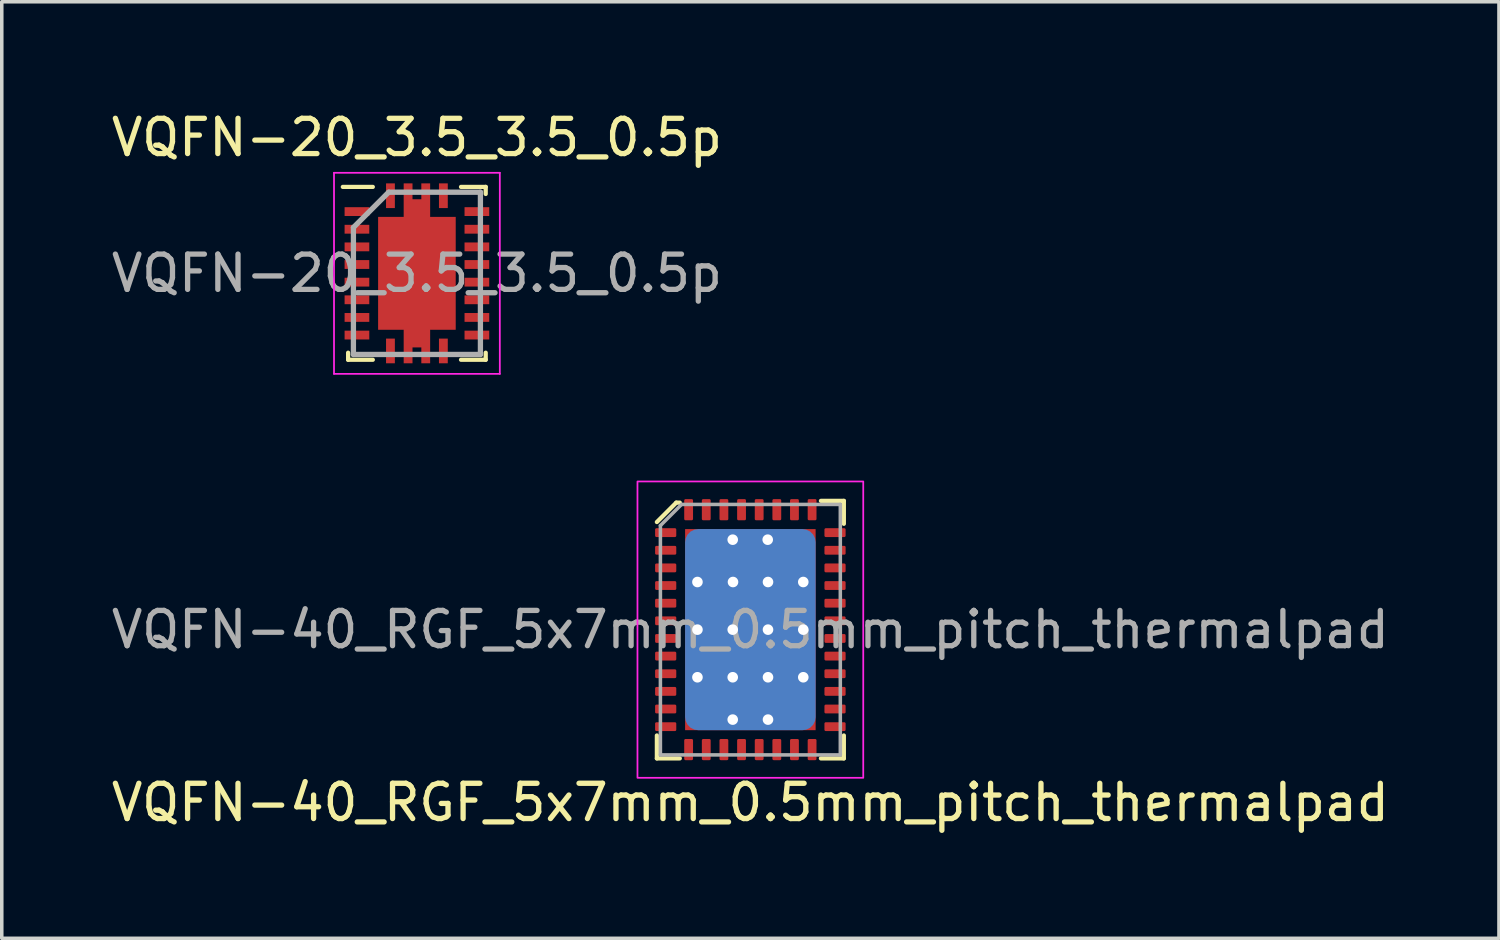
<source format=kicad_pcb>
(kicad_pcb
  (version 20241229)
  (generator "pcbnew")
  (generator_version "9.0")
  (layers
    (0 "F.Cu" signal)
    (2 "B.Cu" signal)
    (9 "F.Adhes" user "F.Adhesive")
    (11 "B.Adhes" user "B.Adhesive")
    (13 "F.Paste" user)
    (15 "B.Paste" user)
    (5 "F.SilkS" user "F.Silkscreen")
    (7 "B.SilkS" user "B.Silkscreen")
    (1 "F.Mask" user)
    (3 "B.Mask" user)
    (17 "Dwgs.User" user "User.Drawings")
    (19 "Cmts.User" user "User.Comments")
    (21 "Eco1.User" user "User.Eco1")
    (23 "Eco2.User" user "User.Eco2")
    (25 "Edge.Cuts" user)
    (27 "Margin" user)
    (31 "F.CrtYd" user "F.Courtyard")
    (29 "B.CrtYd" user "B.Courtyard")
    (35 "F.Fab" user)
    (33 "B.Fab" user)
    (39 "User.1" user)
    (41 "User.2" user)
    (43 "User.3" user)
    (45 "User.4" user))
  (footprint "VQFN-20_3.5_3.5_0.5p"
    (layer "F.Cu")
    (at 8.768 4.698)
    (property "Reference" "VQFN-20_3.5_3.5_0.5p" (at 0 -3.85 0) (unlocked yes) (layer "F.SilkS") (effects (font (size 1 1) (thickness 0.15))))
    (attr smd)
    (fp_line (start -1.95 2.45) (end -1.95 2.25) (stroke (width 0.12) (type default)) (layer "F.SilkS"))
    (fp_line (start -1.25 -2.45) (end -2.1 -2.45) (stroke (width 0.12) (type default)) (layer "F.SilkS"))
    (fp_line (start -1.25 2.45) (end -1.95 2.45) (stroke (width 0.12) (type default)) (layer "F.SilkS"))
    (fp_line (start 1.25 -2.45) (end 1.95 -2.45) (stroke (width 0.12) (type default)) (layer "F.SilkS"))
    (fp_line (start 1.25 2.45) (end 1.95 2.45) (stroke (width 0.12) (type default)) (layer "F.SilkS"))
    (fp_line (start 1.95 -2.45) (end 1.95 -2.25) (stroke (width 0.12) (type default)) (layer "F.SilkS"))
    (fp_line (start 1.95 2.45) (end 1.95 2.25) (stroke (width 0.12) (type default)) (layer "F.SilkS"))
    (fp_rect (start -0.9 -1.4) (end -0.2 -0.2) (stroke (width 0.1) (type solid)) (fill yes) (layer "F.Paste"))
    (fp_rect (start -0.9 0.2) (end -0.2 1.4) (stroke (width 0.1) (type solid)) (fill yes) (layer "F.Paste"))
    (fp_rect (start -0.375 -2.55) (end -0.125 -1.6) (stroke (width 0) (type solid)) (fill yes) (layer "F.Paste"))
    (fp_rect (start -0.375 1.6) (end -0.125 2.55) (stroke (width 0) (type solid)) (fill yes) (layer "F.Paste"))
    (fp_rect (start 0.125 -2.55) (end 0.375 -1.6) (stroke (width 0) (type solid)) (fill yes) (layer "F.Paste"))
    (fp_rect (start 0.125 1.6) (end 0.375 2.55) (stroke (width 0) (type solid)) (fill yes) (layer "F.Paste"))
    (fp_rect (start 0.2 -1.4) (end 0.9 -0.2) (stroke (width 0.1) (type solid)) (fill yes) (layer "F.Paste"))
    (fp_rect (start 0.2 0.2) (end 0.9 1.4) (stroke (width 0.1) (type solid)) (fill yes) (layer "F.Paste"))
    (fp_line (start -2.35 -2.85) (end 2.35 -2.85) (stroke (width 0.05) (type default)) (layer "F.CrtYd"))
    (fp_line (start -2.35 2.85) (end -2.35 -2.85) (stroke (width 0.05) (type default)) (layer "F.CrtYd"))
    (fp_line (start 2.35 -2.85) (end 2.35 2.85) (stroke (width 0.05) (type default)) (layer "F.CrtYd"))
    (fp_line (start 2.35 2.85) (end -2.35 2.85) (stroke (width 0.05) (type default)) (layer "F.CrtYd"))
    (fp_line (start -1.8 -1.3) (end -1.8 2.3) (stroke (width 0.15) (type default)) (layer "F.Fab"))
    (fp_line (start -1.8 2.3) (end 1.8 2.3) (stroke (width 0.15) (type default)) (layer "F.Fab"))
    (fp_line (start -0.8 -2.3) (end -1.8 -1.3) (stroke (width 0.15) (type default)) (layer "F.Fab"))
    (fp_line (start 1.8 -2.3) (end -0.8 -2.3) (stroke (width 0.15) (type default)) (layer "F.Fab"))
    (fp_line (start 1.8 2.3) (end 1.8 -2.3) (stroke (width 0.15) (type default)) (layer "F.Fab"))
    (fp_text user "${REFERENCE}" (at 0 0 0) (layer "F.Fab") (effects (font (size 1 1) (thickness 0.15))))
    (pad "" smd rect (at -0.825 -1.2) (size 0.000001 0.25) (layers "F.Paste"))
    (pad "" smd rect (at -0.825 -0.4) (size 0.000001 0.25) (layers "F.Paste"))
    (pad "" smd rect (at -0.825 0.4) (size 0.000001 0.25) (layers "F.Paste"))
    (pad "" smd rect (at -0.825 1.2) (size 0.000001 0.25) (layers "F.Paste"))
    (pad "" smd rect (at -0.275 -1.2) (size 0.000001 0.25) (layers "F.Paste"))
    (pad "" smd rect (at -0.275 -0.4) (size 0.000001 0.25) (layers "F.Paste"))
    (pad "" smd rect (at -0.275 0.4) (size 0.000001 0.25) (layers "F.Paste"))
    (pad "" smd rect (at -0.275 1.2) (size 0.000001 0.25) (layers "F.Paste"))
    (pad "" smd rect (at 0.275 -1.2) (size 0.000001 0.25) (layers "F.Paste"))
    (pad "" smd rect (at 0.275 -0.4) (size 0.000001 0.25) (layers "F.Paste"))
    (pad "" smd rect (at 0.275 0.4) (size 0.000001 0.25) (layers "F.Paste"))
    (pad "" smd rect (at 0.275 1.2) (size 0.000001 0.25) (layers "F.Paste"))
    (pad "" smd rect (at 0.825 -1.2) (size 0.000001 0.25) (layers "F.Paste"))
    (pad "" smd rect (at 0.825 -0.4) (size 0.000001 0.25) (layers "F.Paste"))
    (pad "" smd rect (at 0.825 0.4) (size 0.000001 0.25) (layers "F.Paste"))
    (pad "" smd rect (at 0.825 1.2) (size 0.000001 0.25) (layers "F.Paste"))
    (pad "1" smd rect (at -0.75 -2.2) (size 0.25 0.7) (layers "F.Cu" "F.Mask" "F.Paste"))
    (pad "2" smd rect (at -1.7 -1.75 90) (size 0.25 0.7) (layers "F.Cu" "F.Mask" "F.Paste"))
    (pad "3" smd rect (at -1.7 -1.25 90) (size 0.25 0.7) (layers "F.Cu" "F.Mask" "F.Paste"))
    (pad "4" smd rect (at -1.7 -0.75 90) (size 0.25 0.7) (layers "F.Cu" "F.Mask" "F.Paste"))
    (pad "5" smd rect (at -1.7 -0.25 90) (size 0.25 0.7) (layers "F.Cu" "F.Mask" "F.Paste"))
    (pad "6" smd rect (at -1.7 0.25 90) (size 0.25 0.7) (layers "F.Cu" "F.Mask" "F.Paste"))
    (pad "7" smd rect (at -1.7 0.75 90) (size 0.25 0.7) (layers "F.Cu" "F.Mask" "F.Paste"))
    (pad "8" smd rect (at -1.7 1.25 90) (size 0.25 0.7) (layers "F.Cu" "F.Mask" "F.Paste"))
    (pad "9" smd rect (at -1.7 1.75 90) (size 0.25 0.7) (layers "F.Cu" "F.Mask" "F.Paste"))
    (pad "10" smd rect (at -0.75 2.2) (size 0.25 0.7) (layers "F.Cu" "F.Mask" "F.Paste"))
    (pad "11" smd rect (at 0.75 2.2) (size 0.25 0.7) (layers "F.Cu" "F.Mask" "F.Paste"))
    (pad "12" smd rect (at 1.7 1.75 90) (size 0.25 0.7) (layers "F.Cu" "F.Mask" "F.Paste"))
    (pad "13" smd rect (at 1.7 1.25 90) (size 0.25 0.7) (layers "F.Cu" "F.Mask" "F.Paste"))
    (pad "14" smd rect (at 1.7 0.75 90) (size 0.25 0.7) (layers "F.Cu" "F.Mask" "F.Paste"))
    (pad "15" smd rect (at 1.7 0.25 90) (size 0.25 0.7) (layers "F.Cu" "F.Mask" "F.Paste"))
    (pad "16" smd rect (at 1.7 -0.25 90) (size 0.25 0.7) (layers "F.Cu" "F.Mask" "F.Paste"))
    (pad "17" smd rect (at 1.7 -0.75 90) (size 0.25 0.7) (layers "F.Cu" "F.Mask" "F.Paste"))
    (pad "18" smd rect (at 1.7 -1.25 90) (size 0.25 0.7) (layers "F.Cu" "F.Mask" "F.Paste"))
    (pad "19" smd rect (at 1.7 -1.75 90) (size 0.25 0.7) (layers "F.Cu" "F.Mask" "F.Paste"))
    (pad "20" smd rect (at 0.75 -2.2) (size 0.25 0.7) (layers "F.Cu" "F.Mask" "F.Paste"))
    (pad "21" smd custom (at 0 0) (size 2.2 3.2) (layers "F.Cu" "F.Mask") (options (anchor rect)) (primitives (gr_rect (start 0.125 1.55) (end 0.375 2.55) (width 0) (fill yes)) (gr_rect (start -0.125 1.525) (end 0.125 2.1) (width 0) (fill yes)) (gr_rect (start -0.375 1.525) (end -0.125 2.55) (width 0) (fill yes)) (gr_rect (start -0.125 -2.1) (end 0.125 -1.55) (width 0) (fill yes)) (gr_rect (start 0.125 -2.55) (end 0.375 -1.55) (width 0) (fill yes)) (gr_rect (start -0.375 -2.55) (end -0.125 -1.525) (width 0) (fill yes)))))
  (footprint "VQFN-40_RGF_5x7mm_0.5mm_pitch_thermalpad"
    (layer "F.Cu")
    (at 18.22 14.798)
    (property "Reference" "VQFN-40_RGF_5x7mm_0.5mm_pitch_thermalpad" (at 0 4.9 0) (unlocked yes) (layer "F.SilkS") (effects (font (size 1 1) (thickness 0.15))))
    (attr smd)
    (fp_line (start -2.65 3.65) (end -2.65 3) (stroke (width 0.12) (type solid)) (layer "F.SilkS"))
    (fp_line (start -2.1 -3.6) (end -2.65 -3.05) (stroke (width 0.12) (type solid)) (layer "F.SilkS"))
    (fp_line (start -2.1 -3.6) (end -2 -3.6) (stroke (width 0.12) (type solid)) (layer "F.SilkS"))
    (fp_line (start -2 3.65) (end -2.65 3.65) (stroke (width 0.12) (type solid)) (layer "F.SilkS"))
    (fp_line (start 2 -3.65) (end 2.65 -3.65) (stroke (width 0.12) (type solid)) (layer "F.SilkS"))
    (fp_line (start 2.65 -3.65) (end 2.65 -3) (stroke (width 0.12) (type solid)) (layer "F.SilkS"))
    (fp_line (start 2.65 3) (end 2.65 3.65) (stroke (width 0.12) (type solid)) (layer "F.SilkS"))
    (fp_line (start 2.65 3.65) (end 2 3.65) (stroke (width 0.12) (type solid)) (layer "F.SilkS"))
    (fp_rect (start -3.2 -4.2) (end 3.2 4.2) (stroke (width 0.05) (type solid)) (fill no) (layer "F.CrtYd"))
    (fp_line (start -2.55 3.55) (end -2.55 -2.95) (stroke (width 0.1) (type solid)) (layer "F.Fab"))
    (fp_line (start -1.95 -3.55) (end -2.55 -2.95) (stroke (width 0.1) (type solid)) (layer "F.Fab"))
    (fp_line (start -1.95 -3.55) (end 2.55 -3.55) (stroke (width 0.1) (type solid)) (layer "F.Fab"))
    (fp_line (start 2.55 -3.55) (end 2.55 3.55) (stroke (width 0.1) (type solid)) (layer "F.Fab"))
    (fp_line (start 2.55 3.55) (end -2.55 3.55) (stroke (width 0.1) (type solid)) (layer "F.Fab"))
    (fp_text user "${REFERENCE}" (at 0 0 0) (unlocked yes) (layer "F.Fab") (effects (font (size 1 1) (thickness 0.15))))
    (pad "" smd roundrect (at -1 -1.925 270) (size 0.95 0.8) (layers "F.Paste") (roundrect_rratio 0.1))
    (pad "" smd roundrect (at -1 -0.675 270) (size 1.05 0.8) (layers "F.Paste") (roundrect_rratio 0.1))
    (pad "" smd roundrect (at -1 0.7 270) (size 1.05 0.8) (layers "F.Paste") (roundrect_rratio 0.1))
    (pad "" smd roundrect (at -1 1.925 270) (size 0.95 0.8) (layers "F.Paste") (roundrect_rratio 0.1))
    (pad "" smd roundrect (at 0 -1.925 270) (size 0.95 0.8) (layers "F.Paste") (roundrect_rratio 0.1))
    (pad "" smd roundrect (at 0 -0.675 270) (size 1.05 0.8) (layers "F.Paste") (roundrect_rratio 0.1))
    (pad "" smd roundrect (at 0 0.7 270) (size 1.05 0.8) (layers "F.Paste") (roundrect_rratio 0.1))
    (pad "" smd roundrect (at 0 1.925 270) (size 0.95 0.8) (layers "F.Paste") (roundrect_rratio 0.1))
    (pad "" smd roundrect (at 1 -1.925 270) (size 0.95 0.8) (layers "F.Paste") (roundrect_rratio 0.1))
    (pad "" smd roundrect (at 1 -0.7 270) (size 1.05 0.8) (layers "F.Paste") (roundrect_rratio 0.1))
    (pad "" smd roundrect (at 1 0.7 270) (size 1.05 0.8) (layers "F.Paste") (roundrect_rratio 0.1))
    (pad "" smd roundrect (at 1 1.925 270) (size 0.95 0.8) (layers "F.Paste") (roundrect_rratio 0.1))
    (pad "1" smd roundrect (at -2.4 -2.75) (size 0.6 0.25) (layers "F.Cu" "F.Mask" "F.Paste") (roundrect_rratio 0.15))
    (pad "2" smd roundrect (at -2.4 -2.25) (size 0.6 0.25) (layers "F.Cu" "F.Mask" "F.Paste") (roundrect_rratio 0.15))
    (pad "3" smd roundrect (at -2.4 -1.75) (size 0.6 0.25) (layers "F.Cu" "F.Mask" "F.Paste") (roundrect_rratio 0.15))
    (pad "4" smd roundrect (at -2.4 -1.25) (size 0.6 0.25) (layers "F.Cu" "F.Mask" "F.Paste") (roundrect_rratio 0.15))
    (pad "5" smd roundrect (at -2.4 -0.75) (size 0.6 0.25) (layers "F.Cu" "F.Mask" "F.Paste") (roundrect_rratio 0.15))
    (pad "6" smd roundrect (at -2.4 -0.25) (size 0.6 0.25) (layers "F.Cu" "F.Mask" "F.Paste") (roundrect_rratio 0.15))
    (pad "7" smd roundrect (at -2.4 0.25) (size 0.6 0.25) (layers "F.Cu" "F.Mask" "F.Paste") (roundrect_rratio 0.15))
    (pad "8" smd roundrect (at -2.4 0.75) (size 0.6 0.25) (layers "F.Cu" "F.Mask" "F.Paste") (roundrect_rratio 0.15))
    (pad "9" smd roundrect (at -2.4 1.25) (size 0.6 0.25) (layers "F.Cu" "F.Mask" "F.Paste") (roundrect_rratio 0.15))
    (pad "10" smd roundrect (at -2.4 1.75) (size 0.6 0.25) (layers "F.Cu" "F.Mask" "F.Paste") (roundrect_rratio 0.15))
    (pad "11" smd roundrect (at -2.4 2.25) (size 0.6 0.25) (layers "F.Cu" "F.Mask" "F.Paste") (roundrect_rratio 0.15))
    (pad "12" smd roundrect (at -2.4 2.75) (size 0.6 0.25) (layers "F.Cu" "F.Mask" "F.Paste") (roundrect_rratio 0.15))
    (pad "13" smd roundrect (at -1.75 3.4 90) (size 0.6 0.25) (layers "F.Cu" "F.Mask" "F.Paste") (roundrect_rratio 0.15))
    (pad "14" smd roundrect (at -1.25 3.4 90) (size 0.6 0.25) (layers "F.Cu" "F.Mask" "F.Paste") (roundrect_rratio 0.15))
    (pad "15" smd roundrect (at -0.75 3.4 90) (size 0.6 0.25) (layers "F.Cu" "F.Mask" "F.Paste") (roundrect_rratio 0.15))
    (pad "16" smd roundrect (at -0.25 3.4 90) (size 0.6 0.25) (layers "F.Cu" "F.Mask" "F.Paste") (roundrect_rratio 0.15))
    (pad "17" smd roundrect (at 0.25 3.4 90) (size 0.6 0.25) (layers "F.Cu" "F.Mask" "F.Paste") (roundrect_rratio 0.15))
    (pad "18" smd roundrect (at 0.75 3.4 90) (size 0.6 0.25) (layers "F.Cu" "F.Mask" "F.Paste") (roundrect_rratio 0.15))
    (pad "19" smd roundrect (at 1.25 3.4 90) (size 0.6 0.25) (layers "F.Cu" "F.Mask" "F.Paste") (roundrect_rratio 0.15))
    (pad "20" smd roundrect (at 1.75 3.4 90) (size 0.6 0.25) (layers "F.Cu" "F.Mask" "F.Paste") (roundrect_rratio 0.15))
    (pad "21" smd roundrect (at 2.4 2.75 180) (size 0.6 0.25) (layers "F.Cu" "F.Mask" "F.Paste") (roundrect_rratio 0.15))
    (pad "22" smd roundrect (at 2.4 2.25 180) (size 0.6 0.25) (layers "F.Cu" "F.Mask" "F.Paste") (roundrect_rratio 0.15))
    (pad "23" smd roundrect (at 2.4 1.75 180) (size 0.6 0.25) (layers "F.Cu" "F.Mask" "F.Paste") (roundrect_rratio 0.15))
    (pad "24" smd roundrect (at 2.4 1.25 180) (size 0.6 0.25) (layers "F.Cu" "F.Mask" "F.Paste") (roundrect_rratio 0.15))
    (pad "25" smd roundrect (at 2.4 0.75 180) (size 0.6 0.25) (layers "F.Cu" "F.Mask" "F.Paste") (roundrect_rratio 0.15))
    (pad "26" smd roundrect (at 2.4 0.25 180) (size 0.6 0.25) (layers "F.Cu" "F.Mask" "F.Paste") (roundrect_rratio 0.15))
    (pad "27" smd roundrect (at 2.4 -0.25 180) (size 0.6 0.25) (layers "F.Cu" "F.Mask" "F.Paste") (roundrect_rratio 0.15))
    (pad "28" smd roundrect (at 2.4 -0.75 180) (size 0.6 0.25) (layers "F.Cu" "F.Mask" "F.Paste") (roundrect_rratio 0.15))
    (pad "29" smd roundrect (at 2.4 -1.25 180) (size 0.6 0.25) (layers "F.Cu" "F.Mask" "F.Paste") (roundrect_rratio 0.15))
    (pad "30" smd roundrect (at 2.4 -1.75 180) (size 0.6 0.25) (layers "F.Cu" "F.Mask" "F.Paste") (roundrect_rratio 0.15))
    (pad "31" smd roundrect (at 2.4 -2.25 180) (size 0.6 0.25) (layers "F.Cu" "F.Mask" "F.Paste") (roundrect_rratio 0.15))
    (pad "32" smd roundrect (at 2.4 -2.75 180) (size 0.6 0.25) (layers "F.Cu" "F.Mask" "F.Paste") (roundrect_rratio 0.15))
    (pad "33" smd roundrect (at 1.75 -3.4 270) (size 0.6 0.25) (layers "F.Cu" "F.Mask" "F.Paste") (roundrect_rratio 0.15))
    (pad "34" smd roundrect (at 1.25 -3.4 270) (size 0.6 0.25) (layers "F.Cu" "F.Mask" "F.Paste") (roundrect_rratio 0.15))
    (pad "35" smd roundrect (at 0.75 -3.4 270) (size 0.6 0.25) (layers "F.Cu" "F.Mask" "F.Paste") (roundrect_rratio 0.15))
    (pad "36" smd roundrect (at 0.25 -3.4 270) (size 0.6 0.25) (layers "F.Cu" "F.Mask" "F.Paste") (roundrect_rratio 0.15))
    (pad "37" smd roundrect (at -0.25 -3.4 270) (size 0.6 0.25) (layers "F.Cu" "F.Mask" "F.Paste") (roundrect_rratio 0.15))
    (pad "38" smd roundrect (at -0.75 -3.4 270) (size 0.6 0.25) (layers "F.Cu" "F.Mask" "F.Paste") (roundrect_rratio 0.15))
    (pad "39" smd roundrect (at -1.25 -3.4 270) (size 0.6 0.25) (layers "F.Cu" "F.Mask" "F.Paste") (roundrect_rratio 0.15))
    (pad "40" smd roundrect (at -1.75 -3.4 270) (size 0.6 0.25) (layers "F.Cu" "F.Mask" "F.Paste") (roundrect_rratio 0.15))
    (pad "41" thru_hole circle (at -1.5 -1.35 270) (size 0.56 0.56) (drill 0.3) (layers "*.Cu" "*.Mask"))
    (pad "41" thru_hole circle (at -1.5 0 270) (size 0.56 0.56) (drill 0.3) (layers "*.Cu" "*.Mask"))
    (pad "41" thru_hole circle (at -1.5 1.35 270) (size 0.56 0.56) (drill 0.3) (layers "*.Cu" "*.Mask"))
    (pad "41" thru_hole circle (at -0.5 -2.55 270) (size 0.56 0.56) (drill 0.3) (layers "*.Cu" "*.Mask"))
    (pad "41" thru_hole circle (at -0.5 0 270) (size 0.56 0.56) (drill 0.3) (layers "*.Cu" "*.Mask"))
    (pad "41" thru_hole circle (at -0.5 1.35 270) (size 0.56 0.56) (drill 0.3) (layers "*.Cu" "*.Mask"))
    (pad "41" thru_hole circle (at -0.5 2.55 270) (size 0.56 0.56) (drill 0.3) (layers "*.Cu" "*.Mask"))
    (pad "41" thru_hole circle (at -0.492 -1.35 270) (size 0.56 0.56) (drill 0.3) (layers "*.Cu" "*.Mask"))
    (pad "41" smd trapezoid (at 0 0 90) (size 5.7 3.7) (layers "F.Cu" "F.Mask"))
    (pad "41" smd roundrect (at 0 0 270) (size 5.7 3.7) (layers "B.Cu" "B.Mask") (roundrect_rratio 0.1))
    (pad "41" thru_hole circle (at 0.492 -2.55 270) (size 0.56 0.56) (drill 0.3) (layers "*.Cu" "*.Mask"))
    (pad "41" thru_hole circle (at 0.5 -1.35 270) (size 0.56 0.56) (drill 0.3) (layers "*.Cu" "*.Mask"))
    (pad "41" thru_hole circle (at 0.5 0 270) (size 0.56 0.56) (drill 0.3) (layers "*.Cu" "*.Mask"))
    (pad "41" thru_hole circle (at 0.5 1.35 270) (size 0.56 0.56) (drill 0.3) (layers "*.Cu" "*.Mask"))
    (pad "41" thru_hole circle (at 0.5 2.55 270) (size 0.56 0.56) (drill 0.3) (layers "*.Cu" "*.Mask"))
    (pad "41" thru_hole circle (at 1.5 -1.35 270) (size 0.56 0.56) (drill 0.3) (layers "*.Cu" "*.Mask"))
    (pad "41" thru_hole circle (at 1.5 0 270) (size 0.56 0.56) (drill 0.3) (layers "*.Cu" "*.Mask"))
    (pad "41" thru_hole circle (at 1.5 1.35 270) (size 0.56 0.56) (drill 0.3) (layers "*.Cu" "*.Mask")))
  (gr_rect
    (start -3 -3)
    (end 39.44 23.547)
    (stroke (width 0.1) (type default))
    (fill no)
    (layer "Edge.Cuts")))
</source>
